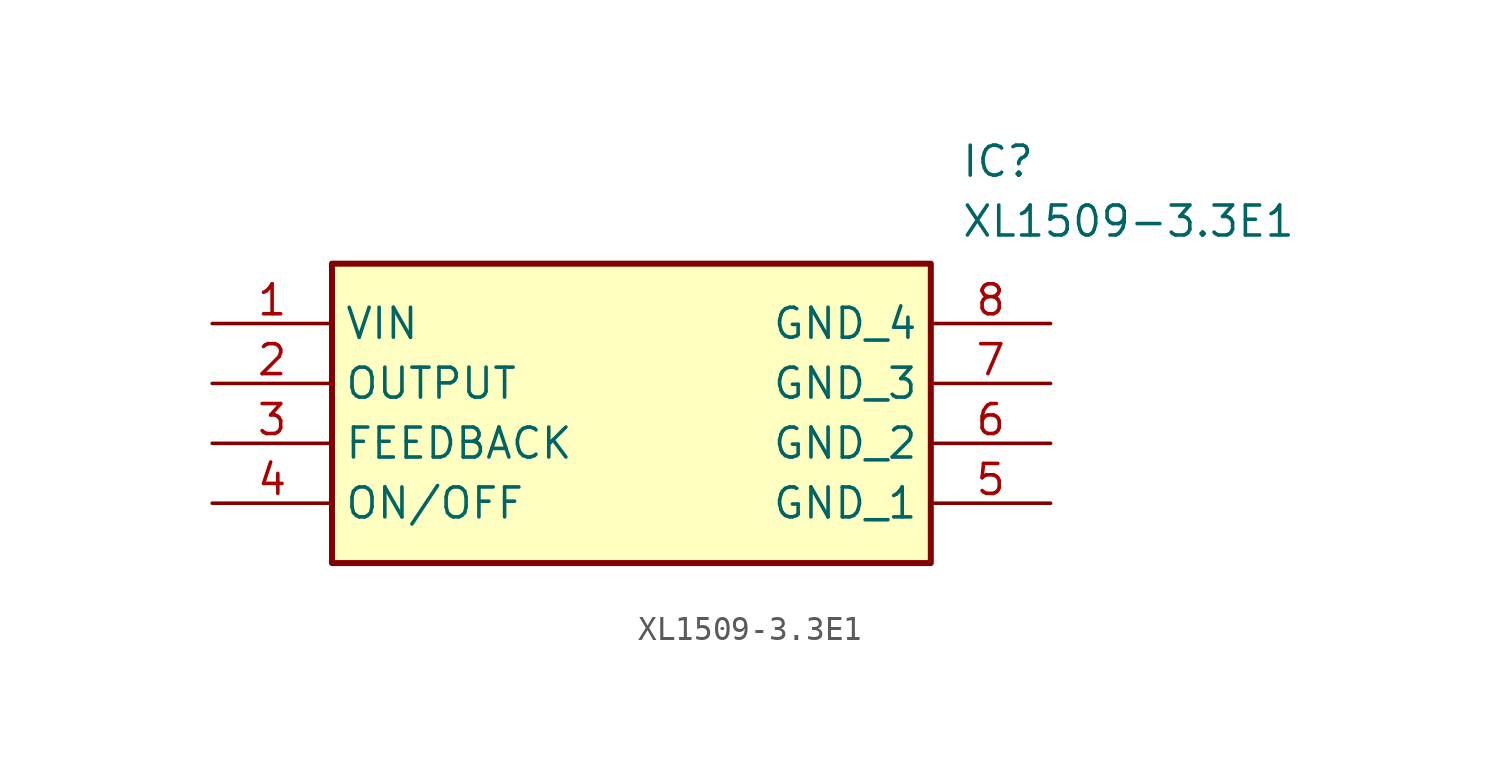
<source format=kicad_sym>
(kicad_symbol_lib
  (version 20211014)
  (generator SamacSys_ECAD_Model)
  (symbol "XL1509-3.3E1"
    (property "Reference" "IC"
      (at 31.75 7.62 0)
      (effects (font (size 1.27 1.27)) (justify left top)))
    (property "Value" "XL1509-3.3E1"
      (at 31.75 5.08 0)
      (effects (font (size 1.27 1.27)) (justify left top)))
    (rectangle
      (start 5.08 2.54)
      (end 30.48 -10.16)
      (stroke (width 0.254) (type default))
      (fill (type background)))
    (pin passive line
      (at 0 0 0)
      (length 5.08)
      (name "VIN" (effects (font (size 1.27 1.27))))
      (number "1" (effects (font (size 1.27 1.27)))))
    (pin passive line
      (at 0 -2.54 0)
      (length 5.08)
      (name "OUTPUT" (effects (font (size 1.27 1.27))))
      (number "2" (effects (font (size 1.27 1.27)))))
    (pin passive line
      (at 0 -5.08 0)
      (length 5.08)
      (name "FEEDBACK" (effects (font (size 1.27 1.27))))
      (number "3" (effects (font (size 1.27 1.27)))))
    (pin passive line
      (at 0 -7.62 0)
      (length 5.08)
      (name "ON/OFF" (effects (font (size 1.27 1.27))))
      (number "4" (effects (font (size 1.27 1.27)))))
    (pin passive line
      (at 35.56 0 180)
      (length 5.08)
      (name "GND_4" (effects (font (size 1.27 1.27))))
      (number "8" (effects (font (size 1.27 1.27)))))
    (pin passive line
      (at 35.56 -2.54 180)
      (length 5.08)
      (name "GND_3" (effects (font (size 1.27 1.27))))
      (number "7" (effects (font (size 1.27 1.27)))))
    (pin passive line
      (at 35.56 -5.08 180)
      (length 5.08)
      (name "GND_2" (effects (font (size 1.27 1.27))))
      (number "6" (effects (font (size 1.27 1.27)))))
    (pin passive line
      (at 35.56 -7.62 180)
      (length 5.08)
      (name "GND_1" (effects (font (size 1.27 1.27))))
      (number "5" (effects (font (size 1.27 1.27)))))))
</source>
